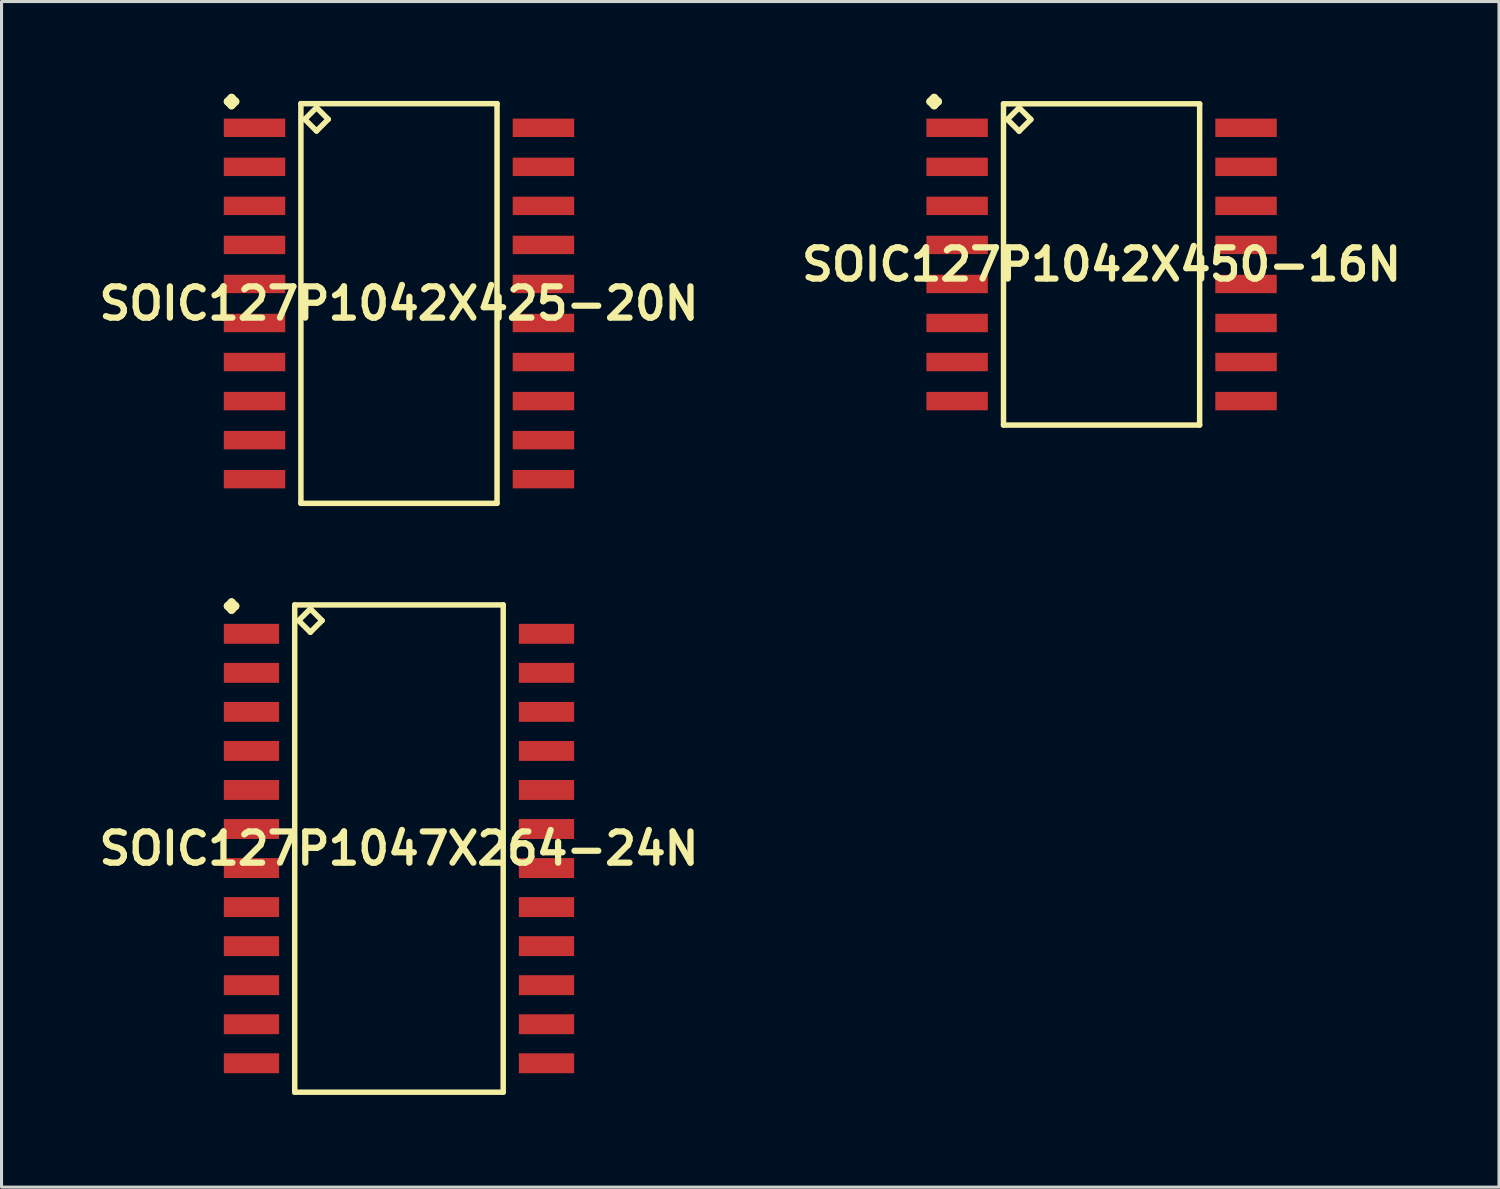
<source format=kicad_pcb>
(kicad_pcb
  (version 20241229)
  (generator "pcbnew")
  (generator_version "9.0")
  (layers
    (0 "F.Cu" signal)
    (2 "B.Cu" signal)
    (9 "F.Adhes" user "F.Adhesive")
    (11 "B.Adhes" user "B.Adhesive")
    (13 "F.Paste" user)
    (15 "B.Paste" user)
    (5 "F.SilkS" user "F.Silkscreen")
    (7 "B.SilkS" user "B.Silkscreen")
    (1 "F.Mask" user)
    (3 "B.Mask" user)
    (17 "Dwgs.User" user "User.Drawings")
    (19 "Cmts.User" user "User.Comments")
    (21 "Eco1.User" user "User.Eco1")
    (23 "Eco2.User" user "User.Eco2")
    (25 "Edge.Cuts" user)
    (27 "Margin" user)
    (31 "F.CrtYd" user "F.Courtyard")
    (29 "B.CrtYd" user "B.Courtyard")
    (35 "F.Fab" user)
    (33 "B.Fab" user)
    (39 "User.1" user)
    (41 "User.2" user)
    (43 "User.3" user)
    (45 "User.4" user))
  (footprint "SOIC127P1042X425-20N"
    (layer "F.Cu")
    (at 9.928 6.822)
    (property "Reference" "SOIC127P1042X425-20N" (at 0 0 0) (layer "F.SilkS") (effects (font (size 1.016 1.016) (thickness 0.203))))
    (attr smd)
    (fp_line (start -5.573 -6.568) (end -5.446 -6.695) (stroke (width 0.254) (type solid)) (layer "F.SilkS"))
    (fp_line (start -5.446 -6.695) (end -5.319 -6.568) (stroke (width 0.254) (type solid)) (layer "F.SilkS"))
    (fp_line (start -5.446 -6.441) (end -5.573 -6.568) (stroke (width 0.254) (type solid)) (layer "F.SilkS"))
    (fp_line (start -5.319 -6.568) (end -5.446 -6.441) (stroke (width 0.254) (type solid)) (layer "F.SilkS"))
    (fp_line (start -3.19 -6.5) (end -3.19 6.5) (stroke (width 0.178) (type solid)) (layer "F.SilkS"))
    (fp_line (start -3.19 6.5) (end 3.19 6.5) (stroke (width 0.178) (type solid)) (layer "F.SilkS"))
    (fp_line (start -3.063 -5.992) (end -2.682 -6.373) (stroke (width 0.178) (type solid)) (layer "F.SilkS"))
    (fp_line (start -2.682 -6.373) (end -2.301 -5.992) (stroke (width 0.178) (type solid)) (layer "F.SilkS"))
    (fp_line (start -2.682 -5.611) (end -3.063 -5.992) (stroke (width 0.178) (type solid)) (layer "F.SilkS"))
    (fp_line (start -2.301 -5.992) (end -2.682 -5.611) (stroke (width 0.178) (type solid)) (layer "F.SilkS"))
    (fp_line (start 3.19 -6.5) (end -3.19 -6.5) (stroke (width 0.178) (type solid)) (layer "F.SilkS"))
    (fp_line (start 3.19 6.5) (end 3.19 -6.5) (stroke (width 0.178) (type solid)) (layer "F.SilkS"))
    (pad "1" smd rect (at -4.699 -5.715) (size 1.999 0.599) (layers "F.Cu" "F.Mask" "F.Paste"))
    (pad "2" smd rect (at -4.699 -4.445) (size 1.999 0.599) (layers "F.Cu" "F.Mask" "F.Paste"))
    (pad "3" smd rect (at -4.699 -3.175) (size 1.999 0.599) (layers "F.Cu" "F.Mask" "F.Paste"))
    (pad "4" smd rect (at -4.699 -1.905) (size 1.999 0.599) (layers "F.Cu" "F.Mask" "F.Paste"))
    (pad "5" smd rect (at -4.699 -0.635) (size 1.999 0.599) (layers "F.Cu" "F.Mask" "F.Paste"))
    (pad "6" smd rect (at -4.699 0.635) (size 1.999 0.599) (layers "F.Cu" "F.Mask" "F.Paste"))
    (pad "7" smd rect (at -4.699 1.905) (size 1.999 0.599) (layers "F.Cu" "F.Mask" "F.Paste"))
    (pad "8" smd rect (at -4.699 3.175) (size 1.999 0.599) (layers "F.Cu" "F.Mask" "F.Paste"))
    (pad "9" smd rect (at -4.699 4.445) (size 1.999 0.599) (layers "F.Cu" "F.Mask" "F.Paste"))
    (pad "10" smd rect (at -4.699 5.715) (size 1.999 0.599) (layers "F.Cu" "F.Mask" "F.Paste"))
    (pad "11" smd rect (at 4.699 5.715) (size 1.999 0.599) (layers "F.Cu" "F.Mask" "F.Paste"))
    (pad "12" smd rect (at 4.699 4.445) (size 1.999 0.599) (layers "F.Cu" "F.Mask" "F.Paste"))
    (pad "13" smd rect (at 4.699 3.175) (size 1.999 0.599) (layers "F.Cu" "F.Mask" "F.Paste"))
    (pad "14" smd rect (at 4.699 1.905) (size 1.999 0.599) (layers "F.Cu" "F.Mask" "F.Paste"))
    (pad "15" smd rect (at 4.699 0.635) (size 1.999 0.599) (layers "F.Cu" "F.Mask" "F.Paste"))
    (pad "16" smd rect (at 4.699 -0.635) (size 1.999 0.599) (layers "F.Cu" "F.Mask" "F.Paste"))
    (pad "17" smd rect (at 4.699 -1.905) (size 1.999 0.599) (layers "F.Cu" "F.Mask" "F.Paste"))
    (pad "18" smd rect (at 4.699 -3.175) (size 1.999 0.599) (layers "F.Cu" "F.Mask" "F.Paste"))
    (pad "19" smd rect (at 4.699 -4.445) (size 1.999 0.599) (layers "F.Cu" "F.Mask" "F.Paste"))
    (pad "20" smd rect (at 4.699 -5.715) (size 1.999 0.599) (layers "F.Cu" "F.Mask" "F.Paste")))
  (footprint "SOIC127P1047X264-24N"
    (layer "F.Cu")
    (at 9.928 24.552)
    (property "Reference" "SOIC127P1047X264-24N" (at 0 0 0) (layer "F.SilkS") (effects (font (size 1.016 1.016) (thickness 0.203))))
    (attr smd)
    (fp_line (start -5.573 -7.887) (end -5.446 -8.014) (stroke (width 0.254) (type solid)) (layer "F.SilkS"))
    (fp_line (start -5.446 -8.014) (end -5.319 -7.887) (stroke (width 0.254) (type solid)) (layer "F.SilkS"))
    (fp_line (start -5.446 -7.76) (end -5.573 -7.887) (stroke (width 0.254) (type solid)) (layer "F.SilkS"))
    (fp_line (start -5.319 -7.887) (end -5.446 -7.76) (stroke (width 0.254) (type solid)) (layer "F.SilkS"))
    (fp_line (start -3.391 -7.925) (end -3.391 7.925) (stroke (width 0.178) (type solid)) (layer "F.SilkS"))
    (fp_line (start -3.391 7.925) (end 3.391 7.925) (stroke (width 0.178) (type solid)) (layer "F.SilkS"))
    (fp_line (start -3.264 -7.417) (end -2.883 -7.798) (stroke (width 0.178) (type solid)) (layer "F.SilkS"))
    (fp_line (start -2.883 -7.798) (end -2.502 -7.417) (stroke (width 0.178) (type solid)) (layer "F.SilkS"))
    (fp_line (start -2.883 -7.036) (end -3.264 -7.417) (stroke (width 0.178) (type solid)) (layer "F.SilkS"))
    (fp_line (start -2.502 -7.417) (end -2.883 -7.036) (stroke (width 0.178) (type solid)) (layer "F.SilkS"))
    (fp_line (start 3.391 -7.925) (end -3.391 -7.925) (stroke (width 0.178) (type solid)) (layer "F.SilkS"))
    (fp_line (start 3.391 7.925) (end 3.391 -7.925) (stroke (width 0.178) (type solid)) (layer "F.SilkS"))
    (pad "1" smd rect (at -4.798 -6.985) (size 1.798 0.648) (layers "F.Cu" "F.Mask" "F.Paste"))
    (pad "2" smd rect (at -4.798 -5.715) (size 1.798 0.648) (layers "F.Cu" "F.Mask" "F.Paste"))
    (pad "3" smd rect (at -4.798 -4.445) (size 1.798 0.648) (layers "F.Cu" "F.Mask" "F.Paste"))
    (pad "4" smd rect (at -4.798 -3.175) (size 1.798 0.648) (layers "F.Cu" "F.Mask" "F.Paste"))
    (pad "5" smd rect (at -4.798 -1.905) (size 1.798 0.648) (layers "F.Cu" "F.Mask" "F.Paste"))
    (pad "6" smd rect (at -4.798 -0.635) (size 1.798 0.648) (layers "F.Cu" "F.Mask" "F.Paste"))
    (pad "7" smd rect (at -4.798 0.635) (size 1.798 0.648) (layers "F.Cu" "F.Mask" "F.Paste"))
    (pad "8" smd rect (at -4.798 1.905) (size 1.798 0.648) (layers "F.Cu" "F.Mask" "F.Paste"))
    (pad "9" smd rect (at -4.798 3.175) (size 1.798 0.648) (layers "F.Cu" "F.Mask" "F.Paste"))
    (pad "10" smd rect (at -4.798 4.445) (size 1.798 0.648) (layers "F.Cu" "F.Mask" "F.Paste"))
    (pad "11" smd rect (at -4.798 5.715) (size 1.798 0.648) (layers "F.Cu" "F.Mask" "F.Paste"))
    (pad "12" smd rect (at -4.798 6.985) (size 1.798 0.648) (layers "F.Cu" "F.Mask" "F.Paste"))
    (pad "13" smd rect (at 4.798 6.985) (size 1.798 0.648) (layers "F.Cu" "F.Mask" "F.Paste"))
    (pad "14" smd rect (at 4.798 5.715) (size 1.798 0.648) (layers "F.Cu" "F.Mask" "F.Paste"))
    (pad "15" smd rect (at 4.798 4.445) (size 1.798 0.648) (layers "F.Cu" "F.Mask" "F.Paste"))
    (pad "16" smd rect (at 4.798 3.175) (size 1.798 0.648) (layers "F.Cu" "F.Mask" "F.Paste"))
    (pad "17" smd rect (at 4.798 1.905) (size 1.798 0.648) (layers "F.Cu" "F.Mask" "F.Paste"))
    (pad "18" smd rect (at 4.798 0.635) (size 1.798 0.648) (layers "F.Cu" "F.Mask" "F.Paste"))
    (pad "19" smd rect (at 4.798 -0.635) (size 1.798 0.648) (layers "F.Cu" "F.Mask" "F.Paste"))
    (pad "20" smd rect (at 4.798 -1.905) (size 1.798 0.648) (layers "F.Cu" "F.Mask" "F.Paste"))
    (pad "21" smd rect (at 4.798 -3.175) (size 1.798 0.648) (layers "F.Cu" "F.Mask" "F.Paste"))
    (pad "22" smd rect (at 4.798 -4.445) (size 1.798 0.648) (layers "F.Cu" "F.Mask" "F.Paste"))
    (pad "23" smd rect (at 4.798 -5.715) (size 1.798 0.648) (layers "F.Cu" "F.Mask" "F.Paste"))
    (pad "24" smd rect (at 4.798 -6.985) (size 1.798 0.648) (layers "F.Cu" "F.Mask" "F.Paste")))
  (footprint "SOIC127P1042X450-16N"
    (layer "F.Cu")
    (at 32.783 5.552)
    (property "Reference" "SOIC127P1042X450-16N" (at 0 0 0) (layer "F.SilkS") (effects (font (size 1.016 1.016) (thickness 0.203))))
    (attr smd)
    (fp_line (start -5.573 -5.298) (end -5.446 -5.425) (stroke (width 0.254) (type solid)) (layer "F.SilkS"))
    (fp_line (start -5.446 -5.425) (end -5.319 -5.298) (stroke (width 0.254) (type solid)) (layer "F.SilkS"))
    (fp_line (start -5.446 -5.171) (end -5.573 -5.298) (stroke (width 0.254) (type solid)) (layer "F.SilkS"))
    (fp_line (start -5.319 -5.298) (end -5.446 -5.171) (stroke (width 0.254) (type solid)) (layer "F.SilkS"))
    (fp_line (start -3.19 -5.225) (end -3.19 5.225) (stroke (width 0.178) (type solid)) (layer "F.SilkS"))
    (fp_line (start -3.19 5.225) (end 3.19 5.225) (stroke (width 0.178) (type solid)) (layer "F.SilkS"))
    (fp_line (start -3.063 -4.717) (end -2.682 -5.098) (stroke (width 0.178) (type solid)) (layer "F.SilkS"))
    (fp_line (start -2.682 -5.098) (end -2.301 -4.717) (stroke (width 0.178) (type solid)) (layer "F.SilkS"))
    (fp_line (start -2.682 -4.336) (end -3.063 -4.717) (stroke (width 0.178) (type solid)) (layer "F.SilkS"))
    (fp_line (start -2.301 -4.717) (end -2.682 -4.336) (stroke (width 0.178) (type solid)) (layer "F.SilkS"))
    (fp_line (start 3.19 -5.225) (end -3.19 -5.225) (stroke (width 0.178) (type solid)) (layer "F.SilkS"))
    (fp_line (start 3.19 5.225) (end 3.19 -5.225) (stroke (width 0.178) (type solid)) (layer "F.SilkS"))
    (pad "1" smd rect (at -4.699 -4.445) (size 1.999 0.599) (layers "F.Cu" "F.Mask" "F.Paste"))
    (pad "2" smd rect (at -4.699 -3.175) (size 1.999 0.599) (layers "F.Cu" "F.Mask" "F.Paste"))
    (pad "3" smd rect (at -4.699 -1.905) (size 1.999 0.599) (layers "F.Cu" "F.Mask" "F.Paste"))
    (pad "4" smd rect (at -4.699 -0.635) (size 1.999 0.599) (layers "F.Cu" "F.Mask" "F.Paste"))
    (pad "5" smd rect (at -4.699 0.635) (size 1.999 0.599) (layers "F.Cu" "F.Mask" "F.Paste"))
    (pad "6" smd rect (at -4.699 1.905) (size 1.999 0.599) (layers "F.Cu" "F.Mask" "F.Paste"))
    (pad "7" smd rect (at -4.699 3.175) (size 1.999 0.599) (layers "F.Cu" "F.Mask" "F.Paste"))
    (pad "8" smd rect (at -4.699 4.445) (size 1.999 0.599) (layers "F.Cu" "F.Mask" "F.Paste"))
    (pad "9" smd rect (at 4.699 4.445) (size 1.999 0.599) (layers "F.Cu" "F.Mask" "F.Paste"))
    (pad "10" smd rect (at 4.699 3.175) (size 1.999 0.599) (layers "F.Cu" "F.Mask" "F.Paste"))
    (pad "11" smd rect (at 4.699 1.905) (size 1.999 0.599) (layers "F.Cu" "F.Mask" "F.Paste"))
    (pad "12" smd rect (at 4.699 0.635) (size 1.999 0.599) (layers "F.Cu" "F.Mask" "F.Paste"))
    (pad "13" smd rect (at 4.699 -0.635) (size 1.999 0.599) (layers "F.Cu" "F.Mask" "F.Paste"))
    (pad "14" smd rect (at 4.699 -1.905) (size 1.999 0.599) (layers "F.Cu" "F.Mask" "F.Paste"))
    (pad "15" smd rect (at 4.699 -3.175) (size 1.999 0.599) (layers "F.Cu" "F.Mask" "F.Paste"))
    (pad "16" smd rect (at 4.699 -4.445) (size 1.999 0.599) (layers "F.Cu" "F.Mask" "F.Paste")))
  (gr_rect
    (start -3 -3)
    (end 45.711 35.566)
    (stroke (width 0.1) (type default))
    (fill no)
    (layer "Edge.Cuts")))
</source>
